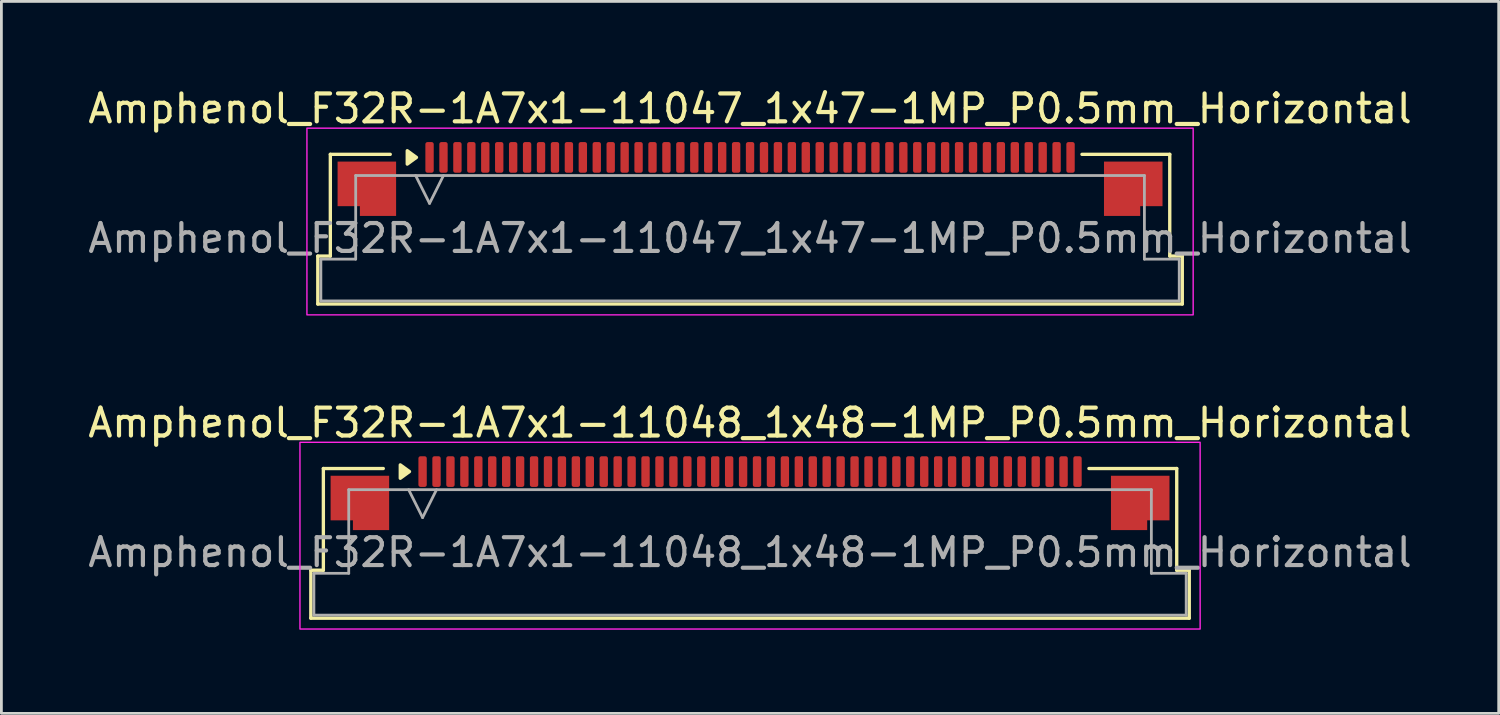
<source format=kicad_pcb>
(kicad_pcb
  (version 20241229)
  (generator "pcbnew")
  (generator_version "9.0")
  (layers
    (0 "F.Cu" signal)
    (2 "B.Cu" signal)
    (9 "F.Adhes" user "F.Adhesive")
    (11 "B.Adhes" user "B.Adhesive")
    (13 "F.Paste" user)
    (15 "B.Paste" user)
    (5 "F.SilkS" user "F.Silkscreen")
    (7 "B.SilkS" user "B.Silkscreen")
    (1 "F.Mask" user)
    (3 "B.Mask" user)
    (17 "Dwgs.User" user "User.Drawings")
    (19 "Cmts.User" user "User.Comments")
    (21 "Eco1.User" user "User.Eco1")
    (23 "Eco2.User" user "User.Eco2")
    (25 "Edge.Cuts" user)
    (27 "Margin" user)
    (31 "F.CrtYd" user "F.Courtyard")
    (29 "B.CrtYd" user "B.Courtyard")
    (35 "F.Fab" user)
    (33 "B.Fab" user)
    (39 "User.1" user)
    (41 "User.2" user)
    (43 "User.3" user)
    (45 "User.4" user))
  (footprint "Amphenol_F32R-1A7x1-11048_1x48-1MP_P0.5mm_Horizontal"
    (layer "F.Cu")
    (at 23.863 16.771)
    (property "Reference" "Amphenol_F32R-1A7x1-11048_1x48-1MP_P0.5mm_Horizontal" (at 0 -4.65 0) (layer "F.SilkS") (effects (font (size 1 1) (thickness 0.15))))
    (attr smd)
    (fp_line (start -15.76 0.64) (end -15.31 0.64) (stroke (width 0.12) (type solid)) (layer "F.SilkS"))
    (fp_line (start -15.76 2.36) (end -15.76 0.64) (stroke (width 0.12) (type solid)) (layer "F.SilkS"))
    (fp_line (start -15.31 -3.01) (end -13.16 -3.01) (stroke (width 0.12) (type solid)) (layer "F.SilkS"))
    (fp_line (start -15.31 0.64) (end -15.31 -3.01) (stroke (width 0.12) (type solid)) (layer "F.SilkS"))
    (fp_line (start 12.16 -3.01) (end 15.31 -3.01) (stroke (width 0.12) (type solid)) (layer "F.SilkS"))
    (fp_line (start 15.31 -3.01) (end 15.31 0.64) (stroke (width 0.12) (type solid)) (layer "F.SilkS"))
    (fp_line (start 15.31 0.64) (end 15.76 0.64) (stroke (width 0.12) (type solid)) (layer "F.SilkS"))
    (fp_line (start 15.76 0.64) (end 15.76 2.36) (stroke (width 0.12) (type solid)) (layer "F.SilkS"))
    (fp_line (start 15.76 2.36) (end -15.76 2.36) (stroke (width 0.12) (type solid)) (layer "F.SilkS"))
    (fp_poly (pts (xy -12.22 -2.9) (xy -12.55 -2.66) (xy -12.55 -3.14)) (stroke (width 0.12) (type solid)) (fill yes) (layer "F.SilkS"))
    (fp_rect (start -16.15 -3.95) (end 16.15 2.75) (stroke (width 0.05) (type solid)) (fill no) (layer "F.CrtYd"))
    (fp_line (start -15.65 0.75) (end -14.4 0.75) (stroke (width 0.1) (type solid)) (layer "F.Fab"))
    (fp_line (start -15.65 2.25) (end -15.65 0.75) (stroke (width 0.1) (type solid)) (layer "F.Fab"))
    (fp_line (start -14.4 -2.25) (end 14.4 -2.25) (stroke (width 0.1) (type solid)) (layer "F.Fab"))
    (fp_line (start -14.4 0.75) (end -14.4 -2.25) (stroke (width 0.1) (type solid)) (layer "F.Fab"))
    (fp_line (start -12.25 -2.25) (end -11.75 -1.25) (stroke (width 0.1) (type solid)) (layer "F.Fab"))
    (fp_line (start -11.75 -1.25) (end -11.25 -2.25) (stroke (width 0.1) (type solid)) (layer "F.Fab"))
    (fp_line (start 14.4 -2.25) (end 14.4 0.75) (stroke (width 0.1) (type solid)) (layer "F.Fab"))
    (fp_line (start 14.4 0.75) (end 15.65 0.75) (stroke (width 0.1) (type solid)) (layer "F.Fab"))
    (fp_line (start 15.65 0.75) (end 15.65 2.25) (stroke (width 0.1) (type solid)) (layer "F.Fab"))
    (fp_line (start 15.65 2.25) (end -15.65 2.25) (stroke (width 0.1) (type solid)) (layer "F.Fab"))
    (fp_text user "${REFERENCE}" (at 0 0 0) (layer "F.Fab") (effects (font (size 1 1) (thickness 0.15))))
    (pad "1" smd roundrect (at -11.75 -2.9) (size 0.3 1.1) (layers "F.Cu" "F.Mask" "F.Paste") (roundrect_rratio 0.25))
    (pad "2" smd roundrect (at -11.25 -2.9) (size 0.3 1.1) (layers "F.Cu" "F.Mask" "F.Paste") (roundrect_rratio 0.25))
    (pad "3" smd roundrect (at -10.75 -2.9) (size 0.3 1.1) (layers "F.Cu" "F.Mask" "F.Paste") (roundrect_rratio 0.25))
    (pad "4" smd roundrect (at -10.25 -2.9) (size 0.3 1.1) (layers "F.Cu" "F.Mask" "F.Paste") (roundrect_rratio 0.25))
    (pad "5" smd roundrect (at -9.75 -2.9) (size 0.3 1.1) (layers "F.Cu" "F.Mask" "F.Paste") (roundrect_rratio 0.25))
    (pad "6" smd roundrect (at -9.25 -2.9) (size 0.3 1.1) (layers "F.Cu" "F.Mask" "F.Paste") (roundrect_rratio 0.25))
    (pad "7" smd roundrect (at -8.75 -2.9) (size 0.3 1.1) (layers "F.Cu" "F.Mask" "F.Paste") (roundrect_rratio 0.25))
    (pad "8" smd roundrect (at -8.25 -2.9) (size 0.3 1.1) (layers "F.Cu" "F.Mask" "F.Paste") (roundrect_rratio 0.25))
    (pad "9" smd roundrect (at -7.75 -2.9) (size 0.3 1.1) (layers "F.Cu" "F.Mask" "F.Paste") (roundrect_rratio 0.25))
    (pad "10" smd roundrect (at -7.25 -2.9) (size 0.3 1.1) (layers "F.Cu" "F.Mask" "F.Paste") (roundrect_rratio 0.25))
    (pad "11" smd roundrect (at -6.75 -2.9) (size 0.3 1.1) (layers "F.Cu" "F.Mask" "F.Paste") (roundrect_rratio 0.25))
    (pad "12" smd roundrect (at -6.25 -2.9) (size 0.3 1.1) (layers "F.Cu" "F.Mask" "F.Paste") (roundrect_rratio 0.25))
    (pad "13" smd roundrect (at -5.75 -2.9) (size 0.3 1.1) (layers "F.Cu" "F.Mask" "F.Paste") (roundrect_rratio 0.25))
    (pad "14" smd roundrect (at -5.25 -2.9) (size 0.3 1.1) (layers "F.Cu" "F.Mask" "F.Paste") (roundrect_rratio 0.25))
    (pad "15" smd roundrect (at -4.75 -2.9) (size 0.3 1.1) (layers "F.Cu" "F.Mask" "F.Paste") (roundrect_rratio 0.25))
    (pad "16" smd roundrect (at -4.25 -2.9) (size 0.3 1.1) (layers "F.Cu" "F.Mask" "F.Paste") (roundrect_rratio 0.25))
    (pad "17" smd roundrect (at -3.75 -2.9) (size 0.3 1.1) (layers "F.Cu" "F.Mask" "F.Paste") (roundrect_rratio 0.25))
    (pad "18" smd roundrect (at -3.25 -2.9) (size 0.3 1.1) (layers "F.Cu" "F.Mask" "F.Paste") (roundrect_rratio 0.25))
    (pad "19" smd roundrect (at -2.75 -2.9) (size 0.3 1.1) (layers "F.Cu" "F.Mask" "F.Paste") (roundrect_rratio 0.25))
    (pad "20" smd roundrect (at -2.25 -2.9) (size 0.3 1.1) (layers "F.Cu" "F.Mask" "F.Paste") (roundrect_rratio 0.25))
    (pad "21" smd roundrect (at -1.75 -2.9) (size 0.3 1.1) (layers "F.Cu" "F.Mask" "F.Paste") (roundrect_rratio 0.25))
    (pad "22" smd roundrect (at -1.25 -2.9) (size 0.3 1.1) (layers "F.Cu" "F.Mask" "F.Paste") (roundrect_rratio 0.25))
    (pad "23" smd roundrect (at -0.75 -2.9) (size 0.3 1.1) (layers "F.Cu" "F.Mask" "F.Paste") (roundrect_rratio 0.25))
    (pad "24" smd roundrect (at -0.25 -2.9) (size 0.3 1.1) (layers "F.Cu" "F.Mask" "F.Paste") (roundrect_rratio 0.25))
    (pad "25" smd roundrect (at 0.25 -2.9) (size 0.3 1.1) (layers "F.Cu" "F.Mask" "F.Paste") (roundrect_rratio 0.25))
    (pad "26" smd roundrect (at 0.75 -2.9) (size 0.3 1.1) (layers "F.Cu" "F.Mask" "F.Paste") (roundrect_rratio 0.25))
    (pad "27" smd roundrect (at 1.25 -2.9) (size 0.3 1.1) (layers "F.Cu" "F.Mask" "F.Paste") (roundrect_rratio 0.25))
    (pad "28" smd roundrect (at 1.75 -2.9) (size 0.3 1.1) (layers "F.Cu" "F.Mask" "F.Paste") (roundrect_rratio 0.25))
    (pad "29" smd roundrect (at 2.25 -2.9) (size 0.3 1.1) (layers "F.Cu" "F.Mask" "F.Paste") (roundrect_rratio 0.25))
    (pad "30" smd roundrect (at 2.75 -2.9) (size 0.3 1.1) (layers "F.Cu" "F.Mask" "F.Paste") (roundrect_rratio 0.25))
    (pad "31" smd roundrect (at 3.25 -2.9) (size 0.3 1.1) (layers "F.Cu" "F.Mask" "F.Paste") (roundrect_rratio 0.25))
    (pad "32" smd roundrect (at 3.75 -2.9) (size 0.3 1.1) (layers "F.Cu" "F.Mask" "F.Paste") (roundrect_rratio 0.25))
    (pad "33" smd roundrect (at 4.25 -2.9) (size 0.3 1.1) (layers "F.Cu" "F.Mask" "F.Paste") (roundrect_rratio 0.25))
    (pad "34" smd roundrect (at 4.75 -2.9) (size 0.3 1.1) (layers "F.Cu" "F.Mask" "F.Paste") (roundrect_rratio 0.25))
    (pad "35" smd roundrect (at 5.25 -2.9) (size 0.3 1.1) (layers "F.Cu" "F.Mask" "F.Paste") (roundrect_rratio 0.25))
    (pad "36" smd roundrect (at 5.75 -2.9) (size 0.3 1.1) (layers "F.Cu" "F.Mask" "F.Paste") (roundrect_rratio 0.25))
    (pad "37" smd roundrect (at 6.25 -2.9) (size 0.3 1.1) (layers "F.Cu" "F.Mask" "F.Paste") (roundrect_rratio 0.25))
    (pad "38" smd roundrect (at 6.75 -2.9) (size 0.3 1.1) (layers "F.Cu" "F.Mask" "F.Paste") (roundrect_rratio 0.25))
    (pad "39" smd roundrect (at 7.25 -2.9) (size 0.3 1.1) (layers "F.Cu" "F.Mask" "F.Paste") (roundrect_rratio 0.25))
    (pad "40" smd roundrect (at 7.75 -2.9) (size 0.3 1.1) (layers "F.Cu" "F.Mask" "F.Paste") (roundrect_rratio 0.25))
    (pad "41" smd roundrect (at 8.25 -2.9) (size 0.3 1.1) (layers "F.Cu" "F.Mask" "F.Paste") (roundrect_rratio 0.25))
    (pad "42" smd roundrect (at 8.75 -2.9) (size 0.3 1.1) (layers "F.Cu" "F.Mask" "F.Paste") (roundrect_rratio 0.25))
    (pad "43" smd roundrect (at 9.25 -2.9) (size 0.3 1.1) (layers "F.Cu" "F.Mask" "F.Paste") (roundrect_rratio 0.25))
    (pad "44" smd roundrect (at 9.75 -2.9) (size 0.3 1.1) (layers "F.Cu" "F.Mask" "F.Paste") (roundrect_rratio 0.25))
    (pad "45" smd roundrect (at 10.25 -2.9) (size 0.3 1.1) (layers "F.Cu" "F.Mask" "F.Paste") (roundrect_rratio 0.25))
    (pad "46" smd roundrect (at 10.75 -2.9) (size 0.3 1.1) (layers "F.Cu" "F.Mask" "F.Paste") (roundrect_rratio 0.25))
    (pad "47" smd roundrect (at 11.25 -2.9) (size 0.3 1.1) (layers "F.Cu" "F.Mask" "F.Paste") (roundrect_rratio 0.25))
    (pad "48" smd roundrect (at 11.75 -2.9) (size 0.3 1.1) (layers "F.Cu" "F.Mask" "F.Paste") (roundrect_rratio 0.25))
    (pad "MP" smd custom (at -14 -1.775) (size 1 1) (layers "F.Cu" "F.Mask" "F.Paste") (options (anchor circle)) (primitives (gr_poly (pts (xy 1.05 -0.975) (xy 1.05 0.975) (xy -0.25 0.975) (xy -0.25 0.625) (xy -1.05 0.625) (xy -1.05 -0.975)) (width 0) (fill yes))))
    (pad "MP" smd custom (at 14 -1.775) (size 1 1) (layers "F.Cu" "F.Mask" "F.Paste") (options (anchor circle)) (primitives (gr_poly (pts (xy -1.05 -0.975) (xy -1.05 0.975) (xy 0.25 0.975) (xy 0.25 0.625) (xy 1.05 0.625) (xy 1.05 -0.975)) (width 0) (fill yes)))))
  (footprint "Amphenol_F32R-1A7x1-11047_1x47-1MP_P0.5mm_Horizontal"
    (layer "F.Cu")
    (at 23.863 5.498)
    (property "Reference" "Amphenol_F32R-1A7x1-11047_1x47-1MP_P0.5mm_Horizontal" (at 0 -4.65 0) (layer "F.SilkS") (effects (font (size 1 1) (thickness 0.15))))
    (attr smd)
    (fp_line (start -15.51 0.64) (end -15.06 0.64) (stroke (width 0.12) (type solid)) (layer "F.SilkS"))
    (fp_line (start -15.51 2.36) (end -15.51 0.64) (stroke (width 0.12) (type solid)) (layer "F.SilkS"))
    (fp_line (start -15.06 -3.01) (end -12.91 -3.01) (stroke (width 0.12) (type solid)) (layer "F.SilkS"))
    (fp_line (start -15.06 0.64) (end -15.06 -3.01) (stroke (width 0.12) (type solid)) (layer "F.SilkS"))
    (fp_line (start 11.91 -3.01) (end 15.06 -3.01) (stroke (width 0.12) (type solid)) (layer "F.SilkS"))
    (fp_line (start 15.06 -3.01) (end 15.06 0.64) (stroke (width 0.12) (type solid)) (layer "F.SilkS"))
    (fp_line (start 15.06 0.64) (end 15.51 0.64) (stroke (width 0.12) (type solid)) (layer "F.SilkS"))
    (fp_line (start 15.51 0.64) (end 15.51 2.36) (stroke (width 0.12) (type solid)) (layer "F.SilkS"))
    (fp_line (start 15.51 2.36) (end -15.51 2.36) (stroke (width 0.12) (type solid)) (layer "F.SilkS"))
    (fp_poly (pts (xy -11.97 -2.9) (xy -12.3 -2.66) (xy -12.3 -3.14)) (stroke (width 0.12) (type solid)) (fill yes) (layer "F.SilkS"))
    (fp_rect (start -15.9 -3.95) (end 15.9 2.75) (stroke (width 0.05) (type solid)) (fill no) (layer "F.CrtYd"))
    (fp_line (start -15.4 0.75) (end -14.15 0.75) (stroke (width 0.1) (type solid)) (layer "F.Fab"))
    (fp_line (start -15.4 2.25) (end -15.4 0.75) (stroke (width 0.1) (type solid)) (layer "F.Fab"))
    (fp_line (start -14.15 -2.25) (end 14.15 -2.25) (stroke (width 0.1) (type solid)) (layer "F.Fab"))
    (fp_line (start -14.15 0.75) (end -14.15 -2.25) (stroke (width 0.1) (type solid)) (layer "F.Fab"))
    (fp_line (start -12 -2.25) (end -11.5 -1.25) (stroke (width 0.1) (type solid)) (layer "F.Fab"))
    (fp_line (start -11.5 -1.25) (end -11 -2.25) (stroke (width 0.1) (type solid)) (layer "F.Fab"))
    (fp_line (start 14.15 -2.25) (end 14.15 0.75) (stroke (width 0.1) (type solid)) (layer "F.Fab"))
    (fp_line (start 14.15 0.75) (end 15.4 0.75) (stroke (width 0.1) (type solid)) (layer "F.Fab"))
    (fp_line (start 15.4 0.75) (end 15.4 2.25) (stroke (width 0.1) (type solid)) (layer "F.Fab"))
    (fp_line (start 15.4 2.25) (end -15.4 2.25) (stroke (width 0.1) (type solid)) (layer "F.Fab"))
    (fp_text user "${REFERENCE}" (at 0 0 0) (layer "F.Fab") (effects (font (size 1 1) (thickness 0.15))))
    (pad "1" smd roundrect (at -11.5 -2.9) (size 0.3 1.1) (layers "F.Cu" "F.Mask" "F.Paste") (roundrect_rratio 0.25))
    (pad "2" smd roundrect (at -11 -2.9) (size 0.3 1.1) (layers "F.Cu" "F.Mask" "F.Paste") (roundrect_rratio 0.25))
    (pad "3" smd roundrect (at -10.5 -2.9) (size 0.3 1.1) (layers "F.Cu" "F.Mask" "F.Paste") (roundrect_rratio 0.25))
    (pad "4" smd roundrect (at -10 -2.9) (size 0.3 1.1) (layers "F.Cu" "F.Mask" "F.Paste") (roundrect_rratio 0.25))
    (pad "5" smd roundrect (at -9.5 -2.9) (size 0.3 1.1) (layers "F.Cu" "F.Mask" "F.Paste") (roundrect_rratio 0.25))
    (pad "6" smd roundrect (at -9 -2.9) (size 0.3 1.1) (layers "F.Cu" "F.Mask" "F.Paste") (roundrect_rratio 0.25))
    (pad "7" smd roundrect (at -8.5 -2.9) (size 0.3 1.1) (layers "F.Cu" "F.Mask" "F.Paste") (roundrect_rratio 0.25))
    (pad "8" smd roundrect (at -8 -2.9) (size 0.3 1.1) (layers "F.Cu" "F.Mask" "F.Paste") (roundrect_rratio 0.25))
    (pad "9" smd roundrect (at -7.5 -2.9) (size 0.3 1.1) (layers "F.Cu" "F.Mask" "F.Paste") (roundrect_rratio 0.25))
    (pad "10" smd roundrect (at -7 -2.9) (size 0.3 1.1) (layers "F.Cu" "F.Mask" "F.Paste") (roundrect_rratio 0.25))
    (pad "11" smd roundrect (at -6.5 -2.9) (size 0.3 1.1) (layers "F.Cu" "F.Mask" "F.Paste") (roundrect_rratio 0.25))
    (pad "12" smd roundrect (at -6 -2.9) (size 0.3 1.1) (layers "F.Cu" "F.Mask" "F.Paste") (roundrect_rratio 0.25))
    (pad "13" smd roundrect (at -5.5 -2.9) (size 0.3 1.1) (layers "F.Cu" "F.Mask" "F.Paste") (roundrect_rratio 0.25))
    (pad "14" smd roundrect (at -5 -2.9) (size 0.3 1.1) (layers "F.Cu" "F.Mask" "F.Paste") (roundrect_rratio 0.25))
    (pad "15" smd roundrect (at -4.5 -2.9) (size 0.3 1.1) (layers "F.Cu" "F.Mask" "F.Paste") (roundrect_rratio 0.25))
    (pad "16" smd roundrect (at -4 -2.9) (size 0.3 1.1) (layers "F.Cu" "F.Mask" "F.Paste") (roundrect_rratio 0.25))
    (pad "17" smd roundrect (at -3.5 -2.9) (size 0.3 1.1) (layers "F.Cu" "F.Mask" "F.Paste") (roundrect_rratio 0.25))
    (pad "18" smd roundrect (at -3 -2.9) (size 0.3 1.1) (layers "F.Cu" "F.Mask" "F.Paste") (roundrect_rratio 0.25))
    (pad "19" smd roundrect (at -2.5 -2.9) (size 0.3 1.1) (layers "F.Cu" "F.Mask" "F.Paste") (roundrect_rratio 0.25))
    (pad "20" smd roundrect (at -2 -2.9) (size 0.3 1.1) (layers "F.Cu" "F.Mask" "F.Paste") (roundrect_rratio 0.25))
    (pad "21" smd roundrect (at -1.5 -2.9) (size 0.3 1.1) (layers "F.Cu" "F.Mask" "F.Paste") (roundrect_rratio 0.25))
    (pad "22" smd roundrect (at -1 -2.9) (size 0.3 1.1) (layers "F.Cu" "F.Mask" "F.Paste") (roundrect_rratio 0.25))
    (pad "23" smd roundrect (at -0.5 -2.9) (size 0.3 1.1) (layers "F.Cu" "F.Mask" "F.Paste") (roundrect_rratio 0.25))
    (pad "24" smd roundrect (at 0 -2.9) (size 0.3 1.1) (layers "F.Cu" "F.Mask" "F.Paste") (roundrect_rratio 0.25))
    (pad "25" smd roundrect (at 0.5 -2.9) (size 0.3 1.1) (layers "F.Cu" "F.Mask" "F.Paste") (roundrect_rratio 0.25))
    (pad "26" smd roundrect (at 1 -2.9) (size 0.3 1.1) (layers "F.Cu" "F.Mask" "F.Paste") (roundrect_rratio 0.25))
    (pad "27" smd roundrect (at 1.5 -2.9) (size 0.3 1.1) (layers "F.Cu" "F.Mask" "F.Paste") (roundrect_rratio 0.25))
    (pad "28" smd roundrect (at 2 -2.9) (size 0.3 1.1) (layers "F.Cu" "F.Mask" "F.Paste") (roundrect_rratio 0.25))
    (pad "29" smd roundrect (at 2.5 -2.9) (size 0.3 1.1) (layers "F.Cu" "F.Mask" "F.Paste") (roundrect_rratio 0.25))
    (pad "30" smd roundrect (at 3 -2.9) (size 0.3 1.1) (layers "F.Cu" "F.Mask" "F.Paste") (roundrect_rratio 0.25))
    (pad "31" smd roundrect (at 3.5 -2.9) (size 0.3 1.1) (layers "F.Cu" "F.Mask" "F.Paste") (roundrect_rratio 0.25))
    (pad "32" smd roundrect (at 4 -2.9) (size 0.3 1.1) (layers "F.Cu" "F.Mask" "F.Paste") (roundrect_rratio 0.25))
    (pad "33" smd roundrect (at 4.5 -2.9) (size 0.3 1.1) (layers "F.Cu" "F.Mask" "F.Paste") (roundrect_rratio 0.25))
    (pad "34" smd roundrect (at 5 -2.9) (size 0.3 1.1) (layers "F.Cu" "F.Mask" "F.Paste") (roundrect_rratio 0.25))
    (pad "35" smd roundrect (at 5.5 -2.9) (size 0.3 1.1) (layers "F.Cu" "F.Mask" "F.Paste") (roundrect_rratio 0.25))
    (pad "36" smd roundrect (at 6 -2.9) (size 0.3 1.1) (layers "F.Cu" "F.Mask" "F.Paste") (roundrect_rratio 0.25))
    (pad "37" smd roundrect (at 6.5 -2.9) (size 0.3 1.1) (layers "F.Cu" "F.Mask" "F.Paste") (roundrect_rratio 0.25))
    (pad "38" smd roundrect (at 7 -2.9) (size 0.3 1.1) (layers "F.Cu" "F.Mask" "F.Paste") (roundrect_rratio 0.25))
    (pad "39" smd roundrect (at 7.5 -2.9) (size 0.3 1.1) (layers "F.Cu" "F.Mask" "F.Paste") (roundrect_rratio 0.25))
    (pad "40" smd roundrect (at 8 -2.9) (size 0.3 1.1) (layers "F.Cu" "F.Mask" "F.Paste") (roundrect_rratio 0.25))
    (pad "41" smd roundrect (at 8.5 -2.9) (size 0.3 1.1) (layers "F.Cu" "F.Mask" "F.Paste") (roundrect_rratio 0.25))
    (pad "42" smd roundrect (at 9 -2.9) (size 0.3 1.1) (layers "F.Cu" "F.Mask" "F.Paste") (roundrect_rratio 0.25))
    (pad "43" smd roundrect (at 9.5 -2.9) (size 0.3 1.1) (layers "F.Cu" "F.Mask" "F.Paste") (roundrect_rratio 0.25))
    (pad "44" smd roundrect (at 10 -2.9) (size 0.3 1.1) (layers "F.Cu" "F.Mask" "F.Paste") (roundrect_rratio 0.25))
    (pad "45" smd roundrect (at 10.5 -2.9) (size 0.3 1.1) (layers "F.Cu" "F.Mask" "F.Paste") (roundrect_rratio 0.25))
    (pad "46" smd roundrect (at 11 -2.9) (size 0.3 1.1) (layers "F.Cu" "F.Mask" "F.Paste") (roundrect_rratio 0.25))
    (pad "47" smd roundrect (at 11.5 -2.9) (size 0.3 1.1) (layers "F.Cu" "F.Mask" "F.Paste") (roundrect_rratio 0.25))
    (pad "MP" smd custom (at -13.75 -1.775) (size 1 1) (layers "F.Cu" "F.Mask" "F.Paste") (options (anchor circle)) (primitives (gr_poly (pts (xy 1.05 -0.975) (xy 1.05 0.975) (xy -0.25 0.975) (xy -0.25 0.625) (xy -1.05 0.625) (xy -1.05 -0.975)) (width 0) (fill yes))))
    (pad "MP" smd custom (at 13.75 -1.775) (size 1 1) (layers "F.Cu" "F.Mask" "F.Paste") (options (anchor circle)) (primitives (gr_poly (pts (xy -1.05 -0.975) (xy -1.05 0.975) (xy 0.25 0.975) (xy 0.25 0.625) (xy 1.05 0.625) (xy 1.05 -0.975)) (width 0) (fill yes)))))
  (gr_rect
    (start -3 -3)
    (end 50.726 22.547)
    (stroke (width 0.1) (type default))
    (fill no)
    (layer "Edge.Cuts")))
</source>
